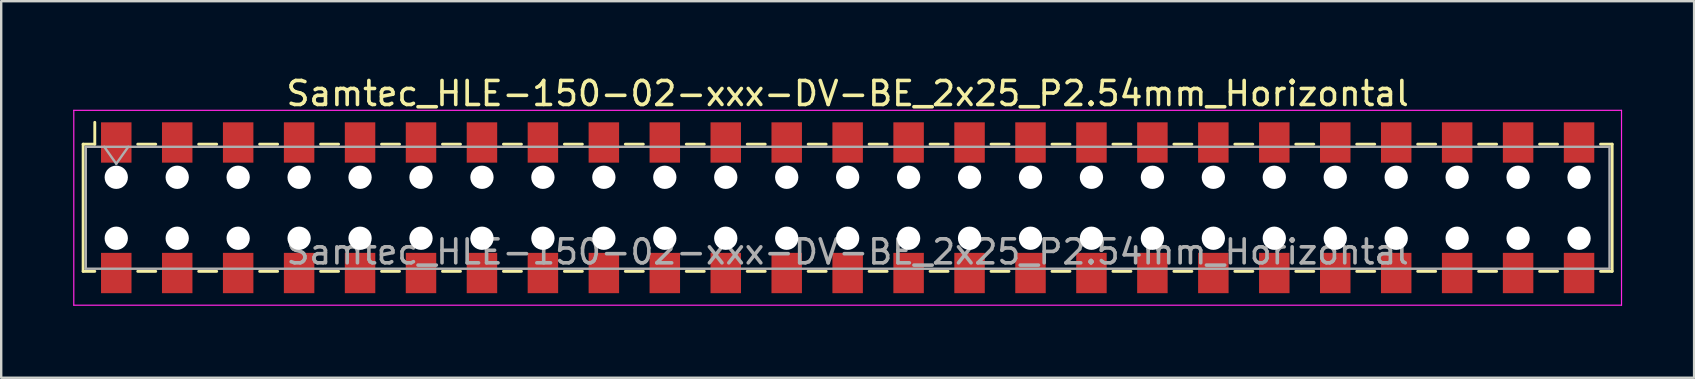
<source format=kicad_pcb>
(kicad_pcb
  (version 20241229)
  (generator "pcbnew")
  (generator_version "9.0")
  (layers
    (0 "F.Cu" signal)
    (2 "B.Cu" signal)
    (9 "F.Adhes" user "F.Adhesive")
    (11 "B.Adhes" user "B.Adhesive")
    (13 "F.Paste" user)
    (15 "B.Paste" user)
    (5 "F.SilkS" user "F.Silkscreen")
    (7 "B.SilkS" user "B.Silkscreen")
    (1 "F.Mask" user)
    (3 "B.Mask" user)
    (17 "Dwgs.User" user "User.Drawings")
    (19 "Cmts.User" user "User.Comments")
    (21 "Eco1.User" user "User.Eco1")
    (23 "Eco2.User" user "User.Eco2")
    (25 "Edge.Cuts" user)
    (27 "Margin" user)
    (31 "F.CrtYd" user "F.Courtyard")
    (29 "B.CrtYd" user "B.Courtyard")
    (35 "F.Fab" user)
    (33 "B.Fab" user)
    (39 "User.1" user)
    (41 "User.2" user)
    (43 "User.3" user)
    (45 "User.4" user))
  (footprint "Samtec_HLE-150-02-xxx-DV-BE_2x25_P2.54mm_Horizontal"
    (layer "F.Cu")
    (at 32.275 5.608)
    (property "Reference" "Samtec_HLE-150-02-xxx-DV-BE_2x25_P2.54mm_Horizontal" (at 0 -4.76 0) (layer "F.SilkS") (effects (font (size 1 1) (thickness 0.15))))
    (attr smd)
    (fp_line (start -31.86 -2.65) (end -31.86 2.65) (stroke (width 0.12) (type solid)) (layer "F.SilkS"))
    (fp_line (start -31.86 2.65) (end -31.375 2.65) (stroke (width 0.12) (type solid)) (layer "F.SilkS"))
    (fp_line (start -31.375 -3.56) (end -31.375 -2.65) (stroke (width 0.12) (type solid)) (layer "F.SilkS"))
    (fp_line (start -31.375 -2.65) (end -31.86 -2.65) (stroke (width 0.12) (type solid)) (layer "F.SilkS"))
    (fp_line (start -29.585 -2.65) (end -28.835 -2.65) (stroke (width 0.12) (type solid)) (layer "F.SilkS"))
    (fp_line (start -29.585 2.65) (end -28.835 2.65) (stroke (width 0.12) (type solid)) (layer "F.SilkS"))
    (fp_line (start -27.045 -2.65) (end -26.295 -2.65) (stroke (width 0.12) (type solid)) (layer "F.SilkS"))
    (fp_line (start -27.045 2.65) (end -26.295 2.65) (stroke (width 0.12) (type solid)) (layer "F.SilkS"))
    (fp_line (start -24.505 -2.65) (end -23.755 -2.65) (stroke (width 0.12) (type solid)) (layer "F.SilkS"))
    (fp_line (start -24.505 2.65) (end -23.755 2.65) (stroke (width 0.12) (type solid)) (layer "F.SilkS"))
    (fp_line (start -21.965 -2.65) (end -21.215 -2.65) (stroke (width 0.12) (type solid)) (layer "F.SilkS"))
    (fp_line (start -21.965 2.65) (end -21.215 2.65) (stroke (width 0.12) (type solid)) (layer "F.SilkS"))
    (fp_line (start -19.425 -2.65) (end -18.675 -2.65) (stroke (width 0.12) (type solid)) (layer "F.SilkS"))
    (fp_line (start -19.425 2.65) (end -18.675 2.65) (stroke (width 0.12) (type solid)) (layer "F.SilkS"))
    (fp_line (start -16.885 -2.65) (end -16.135 -2.65) (stroke (width 0.12) (type solid)) (layer "F.SilkS"))
    (fp_line (start -16.885 2.65) (end -16.135 2.65) (stroke (width 0.12) (type solid)) (layer "F.SilkS"))
    (fp_line (start -14.345 -2.65) (end -13.595 -2.65) (stroke (width 0.12) (type solid)) (layer "F.SilkS"))
    (fp_line (start -14.345 2.65) (end -13.595 2.65) (stroke (width 0.12) (type solid)) (layer "F.SilkS"))
    (fp_line (start -11.805 -2.65) (end -11.055 -2.65) (stroke (width 0.12) (type solid)) (layer "F.SilkS"))
    (fp_line (start -11.805 2.65) (end -11.055 2.65) (stroke (width 0.12) (type solid)) (layer "F.SilkS"))
    (fp_line (start -9.265 -2.65) (end -8.515 -2.65) (stroke (width 0.12) (type solid)) (layer "F.SilkS"))
    (fp_line (start -9.265 2.65) (end -8.515 2.65) (stroke (width 0.12) (type solid)) (layer "F.SilkS"))
    (fp_line (start -6.725 -2.65) (end -5.975 -2.65) (stroke (width 0.12) (type solid)) (layer "F.SilkS"))
    (fp_line (start -6.725 2.65) (end -5.975 2.65) (stroke (width 0.12) (type solid)) (layer "F.SilkS"))
    (fp_line (start -4.185 -2.65) (end -3.435 -2.65) (stroke (width 0.12) (type solid)) (layer "F.SilkS"))
    (fp_line (start -4.185 2.65) (end -3.435 2.65) (stroke (width 0.12) (type solid)) (layer "F.SilkS"))
    (fp_line (start -1.645 -2.65) (end -0.895 -2.65) (stroke (width 0.12) (type solid)) (layer "F.SilkS"))
    (fp_line (start -1.645 2.65) (end -0.895 2.65) (stroke (width 0.12) (type solid)) (layer "F.SilkS"))
    (fp_line (start 0.895 -2.65) (end 1.645 -2.65) (stroke (width 0.12) (type solid)) (layer "F.SilkS"))
    (fp_line (start 0.895 2.65) (end 1.645 2.65) (stroke (width 0.12) (type solid)) (layer "F.SilkS"))
    (fp_line (start 3.435 -2.65) (end 4.185 -2.65) (stroke (width 0.12) (type solid)) (layer "F.SilkS"))
    (fp_line (start 3.435 2.65) (end 4.185 2.65) (stroke (width 0.12) (type solid)) (layer "F.SilkS"))
    (fp_line (start 5.975 -2.65) (end 6.725 -2.65) (stroke (width 0.12) (type solid)) (layer "F.SilkS"))
    (fp_line (start 5.975 2.65) (end 6.725 2.65) (stroke (width 0.12) (type solid)) (layer "F.SilkS"))
    (fp_line (start 8.515 -2.65) (end 9.265 -2.65) (stroke (width 0.12) (type solid)) (layer "F.SilkS"))
    (fp_line (start 8.515 2.65) (end 9.265 2.65) (stroke (width 0.12) (type solid)) (layer "F.SilkS"))
    (fp_line (start 11.055 -2.65) (end 11.805 -2.65) (stroke (width 0.12) (type solid)) (layer "F.SilkS"))
    (fp_line (start 11.055 2.65) (end 11.805 2.65) (stroke (width 0.12) (type solid)) (layer "F.SilkS"))
    (fp_line (start 13.595 -2.65) (end 14.345 -2.65) (stroke (width 0.12) (type solid)) (layer "F.SilkS"))
    (fp_line (start 13.595 2.65) (end 14.345 2.65) (stroke (width 0.12) (type solid)) (layer "F.SilkS"))
    (fp_line (start 16.135 -2.65) (end 16.885 -2.65) (stroke (width 0.12) (type solid)) (layer "F.SilkS"))
    (fp_line (start 16.135 2.65) (end 16.885 2.65) (stroke (width 0.12) (type solid)) (layer "F.SilkS"))
    (fp_line (start 18.675 -2.65) (end 19.425 -2.65) (stroke (width 0.12) (type solid)) (layer "F.SilkS"))
    (fp_line (start 18.675 2.65) (end 19.425 2.65) (stroke (width 0.12) (type solid)) (layer "F.SilkS"))
    (fp_line (start 21.215 -2.65) (end 21.965 -2.65) (stroke (width 0.12) (type solid)) (layer "F.SilkS"))
    (fp_line (start 21.215 2.65) (end 21.965 2.65) (stroke (width 0.12) (type solid)) (layer "F.SilkS"))
    (fp_line (start 23.755 -2.65) (end 24.505 -2.65) (stroke (width 0.12) (type solid)) (layer "F.SilkS"))
    (fp_line (start 23.755 2.65) (end 24.505 2.65) (stroke (width 0.12) (type solid)) (layer "F.SilkS"))
    (fp_line (start 26.295 -2.65) (end 27.045 -2.65) (stroke (width 0.12) (type solid)) (layer "F.SilkS"))
    (fp_line (start 26.295 2.65) (end 27.045 2.65) (stroke (width 0.12) (type solid)) (layer "F.SilkS"))
    (fp_line (start 28.835 -2.65) (end 29.585 -2.65) (stroke (width 0.12) (type solid)) (layer "F.SilkS"))
    (fp_line (start 28.835 2.65) (end 29.585 2.65) (stroke (width 0.12) (type solid)) (layer "F.SilkS"))
    (fp_line (start 31.375 -2.65) (end 31.86 -2.65) (stroke (width 0.12) (type solid)) (layer "F.SilkS"))
    (fp_line (start 31.86 -2.65) (end 31.86 2.65) (stroke (width 0.12) (type solid)) (layer "F.SilkS"))
    (fp_line (start 31.86 2.65) (end 31.375 2.65) (stroke (width 0.12) (type solid)) (layer "F.SilkS"))
    (fp_line (start -32.25 -4.06) (end 32.25 -4.06) (stroke (width 0.05) (type solid)) (layer "F.CrtYd"))
    (fp_line (start -32.25 4.06) (end -32.25 -4.06) (stroke (width 0.05) (type solid)) (layer "F.CrtYd"))
    (fp_line (start 32.25 -4.06) (end 32.25 4.06) (stroke (width 0.05) (type solid)) (layer "F.CrtYd"))
    (fp_line (start 32.25 4.06) (end -32.25 4.06) (stroke (width 0.05) (type solid)) (layer "F.CrtYd"))
    (fp_line (start -31.75 -2.54) (end 31.75 -2.54) (stroke (width 0.1) (type solid)) (layer "F.Fab"))
    (fp_line (start -31.75 2.54) (end -31.75 -2.54) (stroke (width 0.1) (type solid)) (layer "F.Fab"))
    (fp_line (start -30.98 -2.54) (end -30.48 -1.833) (stroke (width 0.1) (type solid)) (layer "F.Fab"))
    (fp_line (start -30.48 -1.833) (end -29.98 -2.54) (stroke (width 0.1) (type solid)) (layer "F.Fab"))
    (fp_line (start 31.75 -2.54) (end 31.75 2.54) (stroke (width 0.1) (type solid)) (layer "F.Fab"))
    (fp_line (start 31.75 2.54) (end -31.75 2.54) (stroke (width 0.1) (type solid)) (layer "F.Fab"))
    (fp_text user "${REFERENCE}" (at 0 1.84 0) (layer "F.Fab") (effects (font (size 1 1) (thickness 0.15))))
    (pad "" np_thru_hole circle (at -30.48 -1.27) (size 0.97 0.97) (drill 0.97) (layers "*.Cu" "*.Mask"))
    (pad "" np_thru_hole circle (at -30.48 1.27) (size 0.97 0.97) (drill 0.97) (layers "*.Cu" "*.Mask"))
    (pad "" np_thru_hole circle (at -27.94 -1.27) (size 0.97 0.97) (drill 0.97) (layers "*.Cu" "*.Mask"))
    (pad "" np_thru_hole circle (at -27.94 1.27) (size 0.97 0.97) (drill 0.97) (layers "*.Cu" "*.Mask"))
    (pad "" np_thru_hole circle (at -25.4 -1.27) (size 0.97 0.97) (drill 0.97) (layers "*.Cu" "*.Mask"))
    (pad "" np_thru_hole circle (at -25.4 1.27) (size 0.97 0.97) (drill 0.97) (layers "*.Cu" "*.Mask"))
    (pad "" np_thru_hole circle (at -22.86 -1.27) (size 0.97 0.97) (drill 0.97) (layers "*.Cu" "*.Mask"))
    (pad "" np_thru_hole circle (at -22.86 1.27) (size 0.97 0.97) (drill 0.97) (layers "*.Cu" "*.Mask"))
    (pad "" np_thru_hole circle (at -20.32 -1.27) (size 0.97 0.97) (drill 0.97) (layers "*.Cu" "*.Mask"))
    (pad "" np_thru_hole circle (at -20.32 1.27) (size 0.97 0.97) (drill 0.97) (layers "*.Cu" "*.Mask"))
    (pad "" np_thru_hole circle (at -17.78 -1.27) (size 0.97 0.97) (drill 0.97) (layers "*.Cu" "*.Mask"))
    (pad "" np_thru_hole circle (at -17.78 1.27) (size 0.97 0.97) (drill 0.97) (layers "*.Cu" "*.Mask"))
    (pad "" np_thru_hole circle (at -15.24 -1.27) (size 0.97 0.97) (drill 0.97) (layers "*.Cu" "*.Mask"))
    (pad "" np_thru_hole circle (at -15.24 1.27) (size 0.97 0.97) (drill 0.97) (layers "*.Cu" "*.Mask"))
    (pad "" np_thru_hole circle (at -12.7 -1.27) (size 0.97 0.97) (drill 0.97) (layers "*.Cu" "*.Mask"))
    (pad "" np_thru_hole circle (at -12.7 1.27) (size 0.97 0.97) (drill 0.97) (layers "*.Cu" "*.Mask"))
    (pad "" np_thru_hole circle (at -10.16 -1.27) (size 0.97 0.97) (drill 0.97) (layers "*.Cu" "*.Mask"))
    (pad "" np_thru_hole circle (at -10.16 1.27) (size 0.97 0.97) (drill 0.97) (layers "*.Cu" "*.Mask"))
    (pad "" np_thru_hole circle (at -7.62 -1.27) (size 0.97 0.97) (drill 0.97) (layers "*.Cu" "*.Mask"))
    (pad "" np_thru_hole circle (at -7.62 1.27) (size 0.97 0.97) (drill 0.97) (layers "*.Cu" "*.Mask"))
    (pad "" np_thru_hole circle (at -5.08 -1.27) (size 0.97 0.97) (drill 0.97) (layers "*.Cu" "*.Mask"))
    (pad "" np_thru_hole circle (at -5.08 1.27) (size 0.97 0.97) (drill 0.97) (layers "*.Cu" "*.Mask"))
    (pad "" np_thru_hole circle (at -2.54 -1.27) (size 0.97 0.97) (drill 0.97) (layers "*.Cu" "*.Mask"))
    (pad "" np_thru_hole circle (at -2.54 1.27) (size 0.97 0.97) (drill 0.97) (layers "*.Cu" "*.Mask"))
    (pad "" np_thru_hole circle (at 0 -1.27) (size 0.97 0.97) (drill 0.97) (layers "*.Cu" "*.Mask"))
    (pad "" np_thru_hole circle (at 0 1.27) (size 0.97 0.97) (drill 0.97) (layers "*.Cu" "*.Mask"))
    (pad "" np_thru_hole circle (at 2.54 -1.27) (size 0.97 0.97) (drill 0.97) (layers "*.Cu" "*.Mask"))
    (pad "" np_thru_hole circle (at 2.54 1.27) (size 0.97 0.97) (drill 0.97) (layers "*.Cu" "*.Mask"))
    (pad "" np_thru_hole circle (at 5.08 -1.27) (size 0.97 0.97) (drill 0.97) (layers "*.Cu" "*.Mask"))
    (pad "" np_thru_hole circle (at 5.08 1.27) (size 0.97 0.97) (drill 0.97) (layers "*.Cu" "*.Mask"))
    (pad "" np_thru_hole circle (at 7.62 -1.27) (size 0.97 0.97) (drill 0.97) (layers "*.Cu" "*.Mask"))
    (pad "" np_thru_hole circle (at 7.62 1.27) (size 0.97 0.97) (drill 0.97) (layers "*.Cu" "*.Mask"))
    (pad "" np_thru_hole circle (at 10.16 -1.27) (size 0.97 0.97) (drill 0.97) (layers "*.Cu" "*.Mask"))
    (pad "" np_thru_hole circle (at 10.16 1.27) (size 0.97 0.97) (drill 0.97) (layers "*.Cu" "*.Mask"))
    (pad "" np_thru_hole circle (at 12.7 -1.27) (size 0.97 0.97) (drill 0.97) (layers "*.Cu" "*.Mask"))
    (pad "" np_thru_hole circle (at 12.7 1.27) (size 0.97 0.97) (drill 0.97) (layers "*.Cu" "*.Mask"))
    (pad "" np_thru_hole circle (at 15.24 -1.27) (size 0.97 0.97) (drill 0.97) (layers "*.Cu" "*.Mask"))
    (pad "" np_thru_hole circle (at 15.24 1.27) (size 0.97 0.97) (drill 0.97) (layers "*.Cu" "*.Mask"))
    (pad "" np_thru_hole circle (at 17.78 -1.27) (size 0.97 0.97) (drill 0.97) (layers "*.Cu" "*.Mask"))
    (pad "" np_thru_hole circle (at 17.78 1.27) (size 0.97 0.97) (drill 0.97) (layers "*.Cu" "*.Mask"))
    (pad "" np_thru_hole circle (at 20.32 -1.27) (size 0.97 0.97) (drill 0.97) (layers "*.Cu" "*.Mask"))
    (pad "" np_thru_hole circle (at 20.32 1.27) (size 0.97 0.97) (drill 0.97) (layers "*.Cu" "*.Mask"))
    (pad "" np_thru_hole circle (at 22.86 -1.27) (size 0.97 0.97) (drill 0.97) (layers "*.Cu" "*.Mask"))
    (pad "" np_thru_hole circle (at 22.86 1.27) (size 0.97 0.97) (drill 0.97) (layers "*.Cu" "*.Mask"))
    (pad "" np_thru_hole circle (at 25.4 -1.27) (size 0.97 0.97) (drill 0.97) (layers "*.Cu" "*.Mask"))
    (pad "" np_thru_hole circle (at 25.4 1.27) (size 0.97 0.97) (drill 0.97) (layers "*.Cu" "*.Mask"))
    (pad "" np_thru_hole circle (at 27.94 -1.27) (size 0.97 0.97) (drill 0.97) (layers "*.Cu" "*.Mask"))
    (pad "" np_thru_hole circle (at 27.94 1.27) (size 0.97 0.97) (drill 0.97) (layers "*.Cu" "*.Mask"))
    (pad "" np_thru_hole circle (at 30.48 -1.27) (size 0.97 0.97) (drill 0.97) (layers "*.Cu" "*.Mask"))
    (pad "" np_thru_hole circle (at 30.48 1.27) (size 0.97 0.97) (drill 0.97) (layers "*.Cu" "*.Mask"))
    (pad "1" smd rect (at -30.48 -2.72) (size 1.27 1.68) (layers "F.Cu" "F.Mask" "F.Paste"))
    (pad "2" smd rect (at -30.48 2.72) (size 1.27 1.68) (layers "F.Cu" "F.Mask" "F.Paste"))
    (pad "3" smd rect (at -27.94 -2.72) (size 1.27 1.68) (layers "F.Cu" "F.Mask" "F.Paste"))
    (pad "4" smd rect (at -27.94 2.72) (size 1.27 1.68) (layers "F.Cu" "F.Mask" "F.Paste"))
    (pad "5" smd rect (at -25.4 -2.72) (size 1.27 1.68) (layers "F.Cu" "F.Mask" "F.Paste"))
    (pad "6" smd rect (at -25.4 2.72) (size 1.27 1.68) (layers "F.Cu" "F.Mask" "F.Paste"))
    (pad "7" smd rect (at -22.86 -2.72) (size 1.27 1.68) (layers "F.Cu" "F.Mask" "F.Paste"))
    (pad "8" smd rect (at -22.86 2.72) (size 1.27 1.68) (layers "F.Cu" "F.Mask" "F.Paste"))
    (pad "9" smd rect (at -20.32 -2.72) (size 1.27 1.68) (layers "F.Cu" "F.Mask" "F.Paste"))
    (pad "10" smd rect (at -20.32 2.72) (size 1.27 1.68) (layers "F.Cu" "F.Mask" "F.Paste"))
    (pad "11" smd rect (at -17.78 -2.72) (size 1.27 1.68) (layers "F.Cu" "F.Mask" "F.Paste"))
    (pad "12" smd rect (at -17.78 2.72) (size 1.27 1.68) (layers "F.Cu" "F.Mask" "F.Paste"))
    (pad "13" smd rect (at -15.24 -2.72) (size 1.27 1.68) (layers "F.Cu" "F.Mask" "F.Paste"))
    (pad "14" smd rect (at -15.24 2.72) (size 1.27 1.68) (layers "F.Cu" "F.Mask" "F.Paste"))
    (pad "15" smd rect (at -12.7 -2.72) (size 1.27 1.68) (layers "F.Cu" "F.Mask" "F.Paste"))
    (pad "16" smd rect (at -12.7 2.72) (size 1.27 1.68) (layers "F.Cu" "F.Mask" "F.Paste"))
    (pad "17" smd rect (at -10.16 -2.72) (size 1.27 1.68) (layers "F.Cu" "F.Mask" "F.Paste"))
    (pad "18" smd rect (at -10.16 2.72) (size 1.27 1.68) (layers "F.Cu" "F.Mask" "F.Paste"))
    (pad "19" smd rect (at -7.62 -2.72) (size 1.27 1.68) (layers "F.Cu" "F.Mask" "F.Paste"))
    (pad "20" smd rect (at -7.62 2.72) (size 1.27 1.68) (layers "F.Cu" "F.Mask" "F.Paste"))
    (pad "21" smd rect (at -5.08 -2.72) (size 1.27 1.68) (layers "F.Cu" "F.Mask" "F.Paste"))
    (pad "22" smd rect (at -5.08 2.72) (size 1.27 1.68) (layers "F.Cu" "F.Mask" "F.Paste"))
    (pad "23" smd rect (at -2.54 -2.72) (size 1.27 1.68) (layers "F.Cu" "F.Mask" "F.Paste"))
    (pad "24" smd rect (at -2.54 2.72) (size 1.27 1.68) (layers "F.Cu" "F.Mask" "F.Paste"))
    (pad "25" smd rect (at 0 -2.72) (size 1.27 1.68) (layers "F.Cu" "F.Mask" "F.Paste"))
    (pad "26" smd rect (at 0 2.72) (size 1.27 1.68) (layers "F.Cu" "F.Mask" "F.Paste"))
    (pad "27" smd rect (at 2.54 -2.72) (size 1.27 1.68) (layers "F.Cu" "F.Mask" "F.Paste"))
    (pad "28" smd rect (at 2.54 2.72) (size 1.27 1.68) (layers "F.Cu" "F.Mask" "F.Paste"))
    (pad "29" smd rect (at 5.08 -2.72) (size 1.27 1.68) (layers "F.Cu" "F.Mask" "F.Paste"))
    (pad "30" smd rect (at 5.08 2.72) (size 1.27 1.68) (layers "F.Cu" "F.Mask" "F.Paste"))
    (pad "31" smd rect (at 7.62 -2.72) (size 1.27 1.68) (layers "F.Cu" "F.Mask" "F.Paste"))
    (pad "32" smd rect (at 7.62 2.72) (size 1.27 1.68) (layers "F.Cu" "F.Mask" "F.Paste"))
    (pad "33" smd rect (at 10.16 -2.72) (size 1.27 1.68) (layers "F.Cu" "F.Mask" "F.Paste"))
    (pad "34" smd rect (at 10.16 2.72) (size 1.27 1.68) (layers "F.Cu" "F.Mask" "F.Paste"))
    (pad "35" smd rect (at 12.7 -2.72) (size 1.27 1.68) (layers "F.Cu" "F.Mask" "F.Paste"))
    (pad "36" smd rect (at 12.7 2.72) (size 1.27 1.68) (layers "F.Cu" "F.Mask" "F.Paste"))
    (pad "37" smd rect (at 15.24 -2.72) (size 1.27 1.68) (layers "F.Cu" "F.Mask" "F.Paste"))
    (pad "38" smd rect (at 15.24 2.72) (size 1.27 1.68) (layers "F.Cu" "F.Mask" "F.Paste"))
    (pad "39" smd rect (at 17.78 -2.72) (size 1.27 1.68) (layers "F.Cu" "F.Mask" "F.Paste"))
    (pad "40" smd rect (at 17.78 2.72) (size 1.27 1.68) (layers "F.Cu" "F.Mask" "F.Paste"))
    (pad "41" smd rect (at 20.32 -2.72) (size 1.27 1.68) (layers "F.Cu" "F.Mask" "F.Paste"))
    (pad "42" smd rect (at 20.32 2.72) (size 1.27 1.68) (layers "F.Cu" "F.Mask" "F.Paste"))
    (pad "43" smd rect (at 22.86 -2.72) (size 1.27 1.68) (layers "F.Cu" "F.Mask" "F.Paste"))
    (pad "44" smd rect (at 22.86 2.72) (size 1.27 1.68) (layers "F.Cu" "F.Mask" "F.Paste"))
    (pad "45" smd rect (at 25.4 -2.72) (size 1.27 1.68) (layers "F.Cu" "F.Mask" "F.Paste"))
    (pad "46" smd rect (at 25.4 2.72) (size 1.27 1.68) (layers "F.Cu" "F.Mask" "F.Paste"))
    (pad "47" smd rect (at 27.94 -2.72) (size 1.27 1.68) (layers "F.Cu" "F.Mask" "F.Paste"))
    (pad "48" smd rect (at 27.94 2.72) (size 1.27 1.68) (layers "F.Cu" "F.Mask" "F.Paste"))
    (pad "49" smd rect (at 30.48 -2.72) (size 1.27 1.68) (layers "F.Cu" "F.Mask" "F.Paste"))
    (pad "50" smd rect (at 30.48 2.72) (size 1.27 1.68) (layers "F.Cu" "F.Mask" "F.Paste")))
  (gr_rect
    (start -3 -3)
    (end 67.55 12.693)
    (stroke (width 0.1) (type default))
    (fill no)
    (layer "Edge.Cuts")))
</source>
